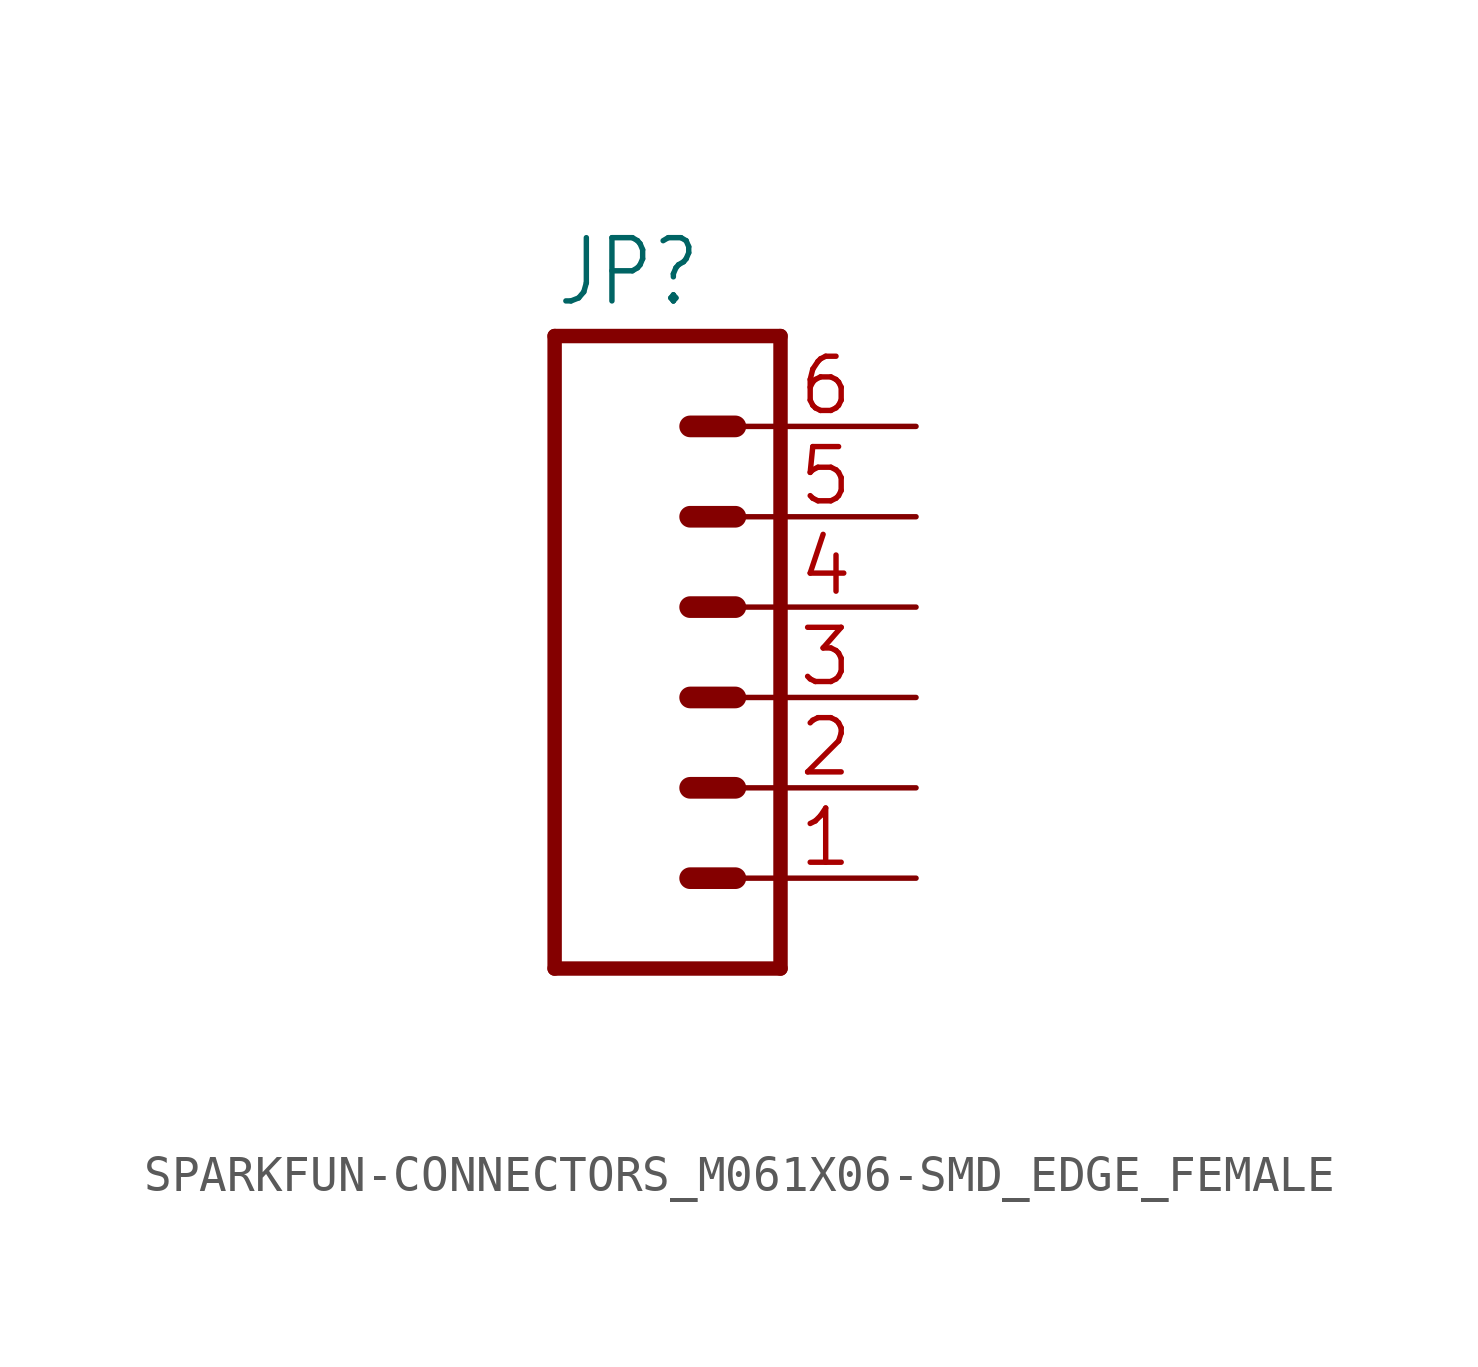
<source format=kicad_sym>
(kicad_symbol_lib
  (version 20241209)
  (generator "kicad_symbol_editor")
  (generator_version "9.0")
  (symbol "SPARKFUN-CONNECTORS_M061X06-SMD_EDGE_FEMALE"
    (property "Reference" "JP"
      (at -5.08 10.922 0)
      (effects (font (size 1.778 1.511)) (justify left bottom)))
    (property "Value" ""
      (at -5.08 -10.16 0)
      (effects (font (size 1.778 1.511)) (justify left bottom)))
    (property "ki_locked" ""
      (at 0 0 0)
      (effects (font (size 1.27 1.27))))
    (symbol "SPARKFUN-CONNECTORS_M061X06-SMD_EDGE_FEMALE_1_0"
      (polyline (pts (xy -5.08 10.16) (xy -5.08 -7.62)) (stroke (width 0.406) (type solid)) (fill (type none)))
      (polyline (pts (xy -5.08 10.16) (xy 1.27 10.16)) (stroke (width 0.406) (type solid)) (fill (type none)))
      (polyline (pts (xy -1.27 7.62) (xy 0 7.62)) (stroke (width 0.61) (type solid)) (fill (type none)))
      (polyline (pts (xy -1.27 5.08) (xy 0 5.08)) (stroke (width 0.61) (type solid)) (fill (type none)))
      (polyline (pts (xy -1.27 2.54) (xy 0 2.54)) (stroke (width 0.61) (type solid)) (fill (type none)))
      (polyline (pts (xy -1.27 0) (xy 0 0)) (stroke (width 0.61) (type solid)) (fill (type none)))
      (polyline (pts (xy -1.27 -2.54) (xy 0 -2.54)) (stroke (width 0.61) (type solid)) (fill (type none)))
      (polyline (pts (xy -1.27 -5.08) (xy 0 -5.08)) (stroke (width 0.61) (type solid)) (fill (type none)))
      (polyline (pts (xy 1.27 -7.62) (xy -5.08 -7.62)) (stroke (width 0.406) (type solid)) (fill (type none)))
      (polyline (pts (xy 1.27 -7.62) (xy 1.27 10.16)) (stroke (width 0.406) (type solid)) (fill (type none)))
      (pin passive line (at 5.08 7.62 180) (length 5.08) (name "6" (effects (font (size 0 0)))) (number "6" (effects (font (size 1.524 1.524)))))
      (pin passive line (at 5.08 5.08 180) (length 5.08) (name "5" (effects (font (size 0 0)))) (number "5" (effects (font (size 1.524 1.524)))))
      (pin passive line (at 5.08 2.54 180) (length 5.08) (name "4" (effects (font (size 0 0)))) (number "4" (effects (font (size 1.524 1.524)))))
      (pin passive line (at 5.08 0 180) (length 5.08) (name "3" (effects (font (size 0 0)))) (number "3" (effects (font (size 1.524 1.524)))))
      (pin passive line (at 5.08 -2.54 180) (length 5.08) (name "2" (effects (font (size 0 0)))) (number "2" (effects (font (size 1.524 1.524)))))
      (pin passive line (at 5.08 -5.08 180) (length 5.08) (name "1" (effects (font (size 0 0)))) (number "1" (effects (font (size 1.524 1.524))))))))
</source>
